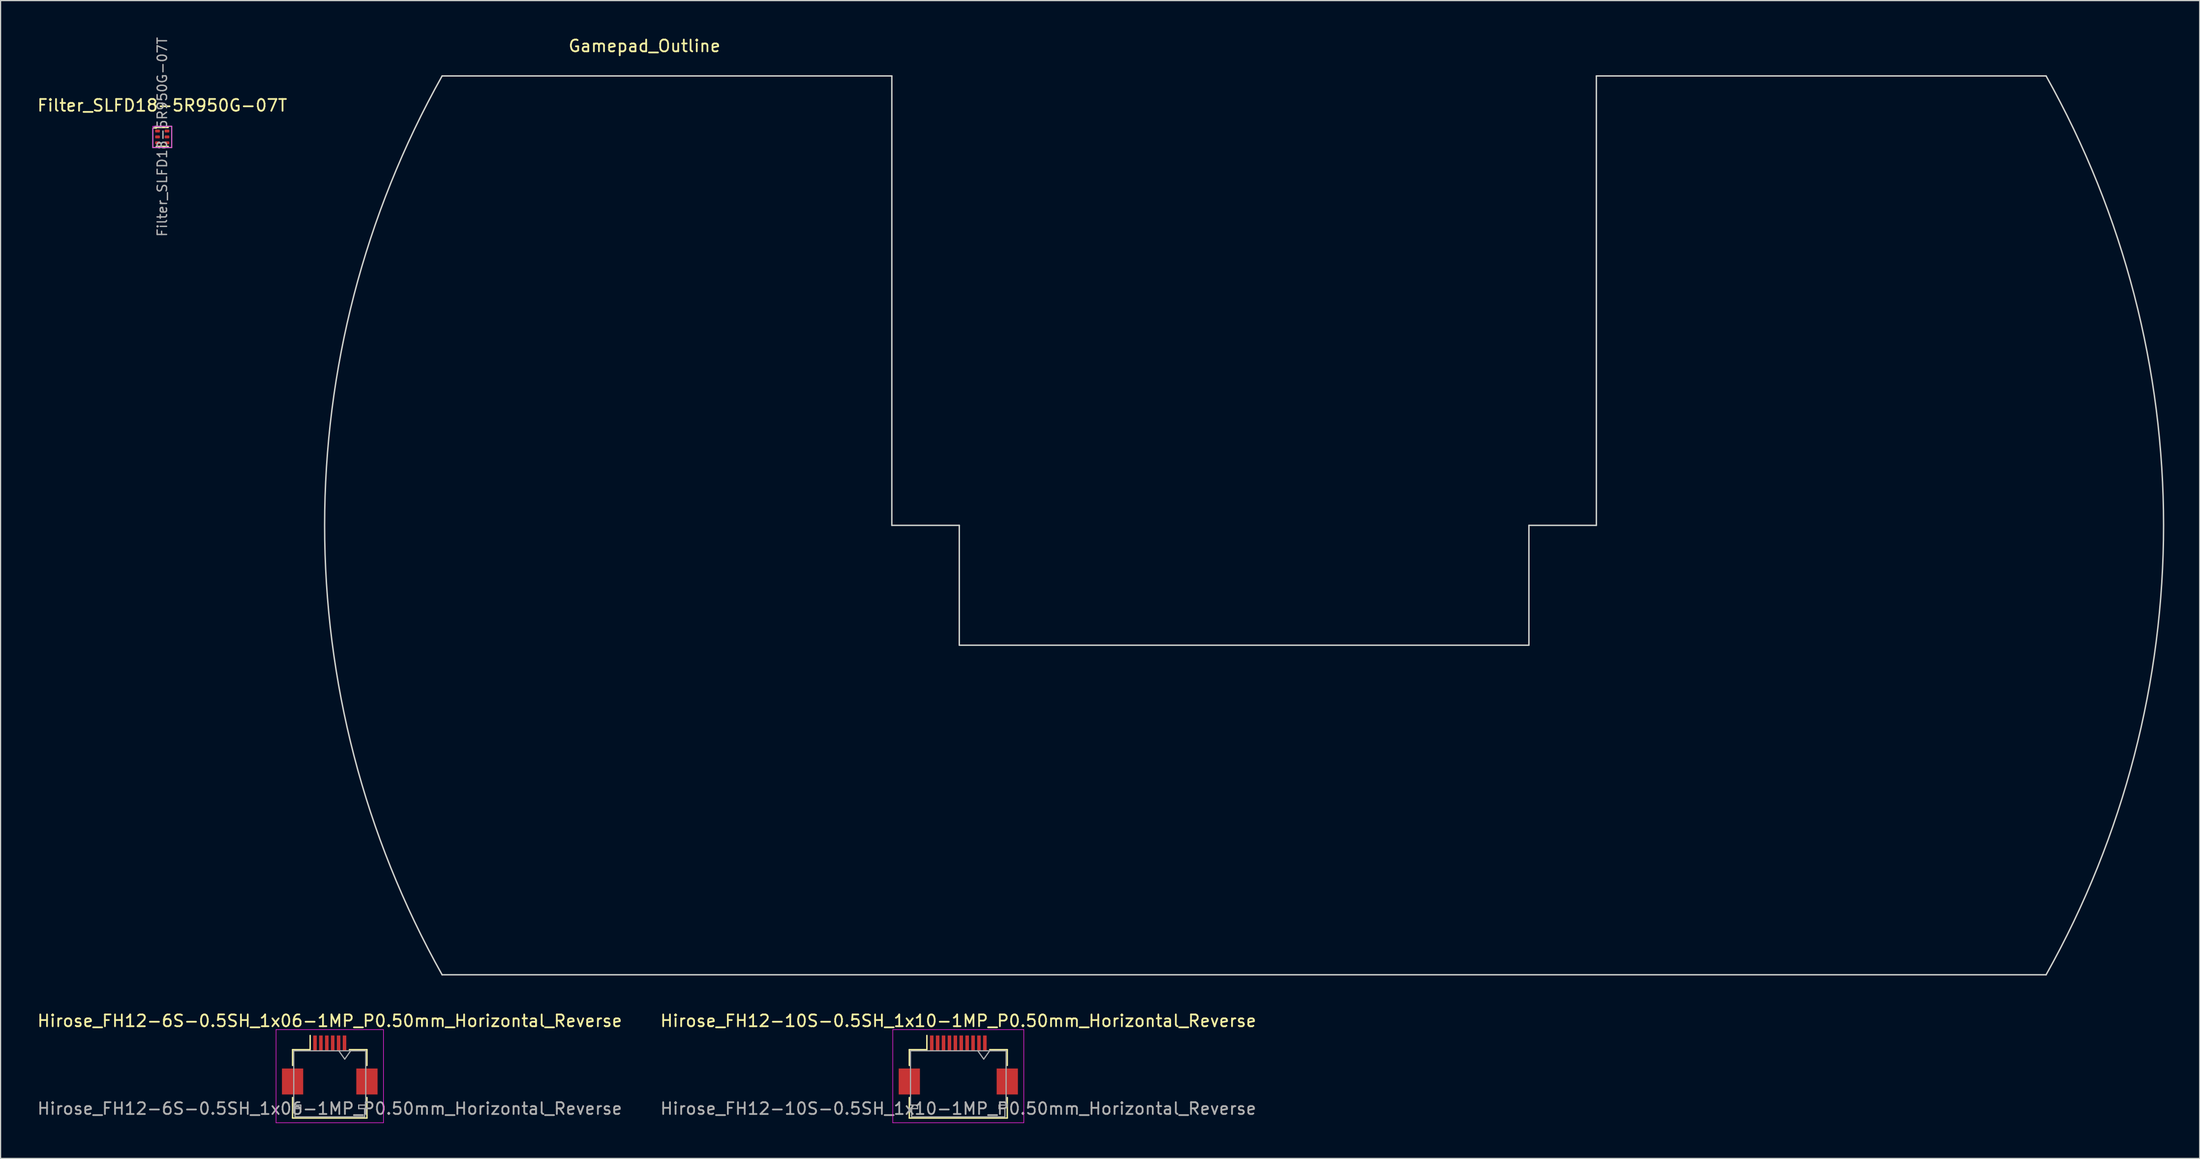
<source format=kicad_pcb>
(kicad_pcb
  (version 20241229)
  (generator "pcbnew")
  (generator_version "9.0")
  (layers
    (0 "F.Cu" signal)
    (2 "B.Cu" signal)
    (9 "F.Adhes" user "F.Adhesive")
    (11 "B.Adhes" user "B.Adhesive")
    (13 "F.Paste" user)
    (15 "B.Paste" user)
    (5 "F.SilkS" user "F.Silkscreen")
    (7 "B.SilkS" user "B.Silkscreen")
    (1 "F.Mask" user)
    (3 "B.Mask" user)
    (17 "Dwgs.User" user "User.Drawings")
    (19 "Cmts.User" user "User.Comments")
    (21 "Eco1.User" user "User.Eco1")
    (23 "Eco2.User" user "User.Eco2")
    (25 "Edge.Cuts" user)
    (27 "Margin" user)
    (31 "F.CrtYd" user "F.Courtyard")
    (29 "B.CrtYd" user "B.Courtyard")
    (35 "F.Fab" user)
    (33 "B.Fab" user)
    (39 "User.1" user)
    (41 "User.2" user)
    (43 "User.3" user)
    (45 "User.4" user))
  (footprint "Gamepad_Outline"
    (layer "F.Cu")
    (at 102.351 41.488)
    (property "Reference" "Gamepad_Outline" (at -50.8 -40.64 0) (unlocked yes) (layer "F.SilkS") (effects (font (size 1 1) (thickness 0.15))))
    (attr smd)
    (fp_line (start -67.946 38.098) (end 67.946 38.098) (stroke (width 0.12) (type default)) (layer "Edge.Cuts"))
    (fp_line (start -29.845 -38.1) (end -67.945 -38.1) (stroke (width 0.12) (type default)) (layer "Edge.Cuts"))
    (fp_line (start -29.845 -38.1) (end -29.845 0) (stroke (width 0.12) (type default)) (layer "Edge.Cuts"))
    (fp_line (start -29.845 0) (end -24.13 0) (stroke (width 0.12) (type default)) (layer "Edge.Cuts"))
    (fp_line (start -24.13 0) (end -24.13 10.16) (stroke (width 0.12) (type default)) (layer "Edge.Cuts"))
    (fp_line (start 24.13 0) (end 24.13 10.16) (stroke (width 0.12) (type default)) (layer "Edge.Cuts"))
    (fp_line (start 24.13 10.16) (end -24.13 10.16) (stroke (width 0.12) (type default)) (layer "Edge.Cuts"))
    (fp_line (start 29.845 -38.1) (end 67.945 -38.1) (stroke (width 0.12) (type default)) (layer "Edge.Cuts"))
    (fp_line (start 29.845 0) (end 24.13 0) (stroke (width 0.12) (type default)) (layer "Edge.Cuts"))
    (fp_line (start 29.845 0) (end 29.845 -38.1) (stroke (width 0.12) (type default)) (layer "Edge.Cuts"))
    (fp_arc (start -67.946196 38.097867) (mid -77.898222 -0.001223) (end -67.945 -38.1) (stroke (width 0.12) (type default)) (layer "Edge.Cuts"))
    (fp_arc (start 67.945 -38.1) (mid 77.898222 -0.001223) (end 67.946196 38.097867) (stroke (width 0.12) (type default)) (layer "Edge.Cuts")))
  (footprint "Hirose_FH12-10S-0.5SH_1x10-1MP_P0.50mm_Horizontal_Reverse"
    (layer "F.Cu")
    (at 78.137 87.304)
    (property "Reference" "Hirose_FH12-10S-0.5SH_1x10-1MP_P0.50mm_Horizontal_Reverse" (at 0 -3.81 0) (unlocked yes) (layer "F.SilkS") (effects (font (size 1 1) (thickness 0.15))))
    (attr smd)
    (fp_line (start -4.15 -1.37) (end -4.15 -0.03) (stroke (width 0.12) (type solid)) (layer "F.SilkS"))
    (fp_line (start -4.15 2.69) (end -4.15 4.43) (stroke (width 0.12) (type solid)) (layer "F.SilkS"))
    (fp_line (start -4.15 4.43) (end 4.15 4.43) (stroke (width 0.12) (type solid)) (layer "F.SilkS"))
    (fp_line (start -2.66 -1.37) (end -4.15 -1.37) (stroke (width 0.12) (type solid)) (layer "F.SilkS"))
    (fp_line (start -2.66 -1.37) (end -2.66 -2.57) (stroke (width 0.12) (type solid)) (layer "F.SilkS"))
    (fp_line (start 2.66 -1.37) (end 4.15 -1.37) (stroke (width 0.12) (type solid)) (layer "F.SilkS"))
    (fp_line (start 4.15 -1.37) (end 4.15 -0.03) (stroke (width 0.12) (type solid)) (layer "F.SilkS"))
    (fp_line (start 4.15 4.43) (end 4.15 2.69) (stroke (width 0.12) (type solid)) (layer "F.SilkS"))
    (fp_line (start -5.55 -3.07) (end -5.55 4.83) (stroke (width 0.05) (type solid)) (layer "F.CrtYd"))
    (fp_line (start -5.55 4.83) (end 5.55 4.83) (stroke (width 0.05) (type solid)) (layer "F.CrtYd"))
    (fp_line (start 5.55 -3.07) (end -5.55 -3.07) (stroke (width 0.05) (type solid)) (layer "F.CrtYd"))
    (fp_line (start 5.55 4.83) (end 5.55 -3.07) (stroke (width 0.05) (type solid)) (layer "F.CrtYd"))
    (fp_line (start -4.05 -1.27) (end -4.05 3.33) (stroke (width 0.1) (type solid)) (layer "F.Fab"))
    (fp_line (start -4.05 3.33) (end -3.45 3.33) (stroke (width 0.1) (type solid)) (layer "F.Fab"))
    (fp_line (start -3.95 3.63) (end -3.95 4.33) (stroke (width 0.1) (type solid)) (layer "F.Fab"))
    (fp_line (start -3.95 4.33) (end 0 4.33) (stroke (width 0.1) (type solid)) (layer "F.Fab"))
    (fp_line (start -3.45 3.33) (end -3.45 3.63) (stroke (width 0.1) (type solid)) (layer "F.Fab"))
    (fp_line (start -3.45 3.63) (end -3.95 3.63) (stroke (width 0.1) (type solid)) (layer "F.Fab"))
    (fp_line (start 0 -1.27) (end -4.05 -1.27) (stroke (width 0.1) (type solid)) (layer "F.Fab"))
    (fp_line (start 0 -1.27) (end 4.05 -1.27) (stroke (width 0.1) (type solid)) (layer "F.Fab"))
    (fp_line (start 1.655 -1.27) (end 2.155 -0.563) (stroke (width 0.1) (type solid)) (layer "F.Fab"))
    (fp_line (start 2.155 -0.563) (end 2.655 -1.27) (stroke (width 0.1) (type solid)) (layer "F.Fab"))
    (fp_line (start 3.45 3.33) (end 3.45 3.63) (stroke (width 0.1) (type solid)) (layer "F.Fab"))
    (fp_line (start 3.45 3.63) (end 3.95 3.63) (stroke (width 0.1) (type solid)) (layer "F.Fab"))
    (fp_line (start 3.95 3.63) (end 3.95 4.33) (stroke (width 0.1) (type solid)) (layer "F.Fab"))
    (fp_line (start 3.95 4.33) (end 0 4.33) (stroke (width 0.1) (type solid)) (layer "F.Fab"))
    (fp_line (start 4.05 -1.27) (end 4.05 3.33) (stroke (width 0.1) (type solid)) (layer "F.Fab"))
    (fp_line (start 4.05 3.33) (end 3.45 3.33) (stroke (width 0.1) (type solid)) (layer "F.Fab"))
    (fp_text user "${REFERENCE}" (at 0 3.63 0) (layer "F.Fab") (effects (font (size 1 1) (thickness 0.15))))
    (pad "1" smd rect (at 2.25 -1.92) (size 0.3 1.3) (layers "F.Cu" "F.Mask" "F.Paste"))
    (pad "2" smd rect (at 1.75 -1.92) (size 0.3 1.3) (layers "F.Cu" "F.Mask" "F.Paste"))
    (pad "3" smd rect (at 1.25 -1.92) (size 0.3 1.3) (layers "F.Cu" "F.Mask" "F.Paste"))
    (pad "4" smd rect (at 0.75 -1.92) (size 0.3 1.3) (layers "F.Cu" "F.Mask" "F.Paste"))
    (pad "5" smd rect (at 0.25 -1.92) (size 0.3 1.3) (layers "F.Cu" "F.Mask" "F.Paste"))
    (pad "6" smd rect (at -0.25 -1.92) (size 0.3 1.3) (layers "F.Cu" "F.Mask" "F.Paste"))
    (pad "7" smd rect (at -0.75 -1.92) (size 0.3 1.3) (layers "F.Cu" "F.Mask" "F.Paste"))
    (pad "8" smd rect (at -1.25 -1.92) (size 0.3 1.3) (layers "F.Cu" "F.Mask" "F.Paste"))
    (pad "9" smd rect (at -1.75 -1.92) (size 0.3 1.3) (layers "F.Cu" "F.Mask" "F.Paste"))
    (pad "10" smd rect (at -2.25 -1.92) (size 0.3 1.3) (layers "F.Cu" "F.Mask" "F.Paste"))
    (pad "MP" smd rect (at -4.15 1.33) (size 1.8 2.2) (layers "F.Cu" "F.Mask" "F.Paste"))
    (pad "MP" smd rect (at 4.15 1.33) (size 1.8 2.2) (layers "F.Cu" "F.Mask" "F.Paste")))
  (footprint "Filter_SLFD18-5R950G-07T"
    (layer "F.Cu")
    (at 10.696 8.557)
    (property "Reference" "Filter_SLFD18-5R950G-07T" (at 0 -2.67 0) (layer "F.SilkS") (effects (font (size 1 1) (thickness 0.15))))
    (attr smd)
    (fp_line (start -0.508 -0.8) (end -0.508 -0.762) (stroke (width 0.12) (type default)) (layer "F.SilkS"))
    (fp_line (start -0.508 -0.8) (end 0.508 -0.8) (stroke (width 0.12) (type default)) (layer "F.SilkS"))
    (fp_line (start -0.508 -0.762) (end -0.762 -0.762) (stroke (width 0.12) (type default)) (layer "F.SilkS"))
    (fp_line (start -0.508 0.8) (end 0.508 0.8) (stroke (width 0.12) (type default)) (layer "F.SilkS"))
    (fp_line (start -0.8 -0.9) (end 0.8 -0.9) (stroke (width 0.05) (type solid)) (layer "F.CrtYd"))
    (fp_line (start -0.8 0.9) (end -0.8 -0.9) (stroke (width 0.05) (type solid)) (layer "F.CrtYd"))
    (fp_line (start 0.8 -0.9) (end 0.8 0.9) (stroke (width 0.05) (type solid)) (layer "F.CrtYd"))
    (fp_line (start 0.8 0.9) (end -0.8 0.9) (stroke (width 0.05) (type solid)) (layer "F.CrtYd"))
    (fp_line (start -0.8 -0.7) (end -0.8 0.9) (stroke (width 0.1) (type solid)) (layer "F.Fab"))
    (fp_line (start -0.8 0.9) (end 0.8 0.9) (stroke (width 0.1) (type solid)) (layer "F.Fab"))
    (fp_line (start -0.6 -0.9) (end -0.8 -0.7) (stroke (width 0.1) (type solid)) (layer "F.Fab"))
    (fp_line (start 0.8 -0.9) (end -0.6 -0.9) (stroke (width 0.1) (type solid)) (layer "F.Fab"))
    (fp_line (start 0.8 0.9) (end 0.8 -0.9) (stroke (width 0.1) (type solid)) (layer "F.Fab"))
    (fp_text user "${REFERENCE}" (at 0 0 270) (layer "F.Fab") (effects (font (size 0.8 0.8) (thickness 0.12))))
    (pad "1" smd roundrect (at -0.4 -0.5) (size 0.4 0.25) (layers "F.Cu" "F.Mask" "F.Paste") (roundrect_rratio 0.25))
    (pad "2" smd roundrect (at -0.4 0) (size 0.4 0.25) (layers "F.Cu" "F.Mask" "F.Paste") (roundrect_rratio 0.25))
    (pad "3" smd roundrect (at -0.4 0.5) (size 0.4 0.25) (layers "F.Cu" "F.Mask" "F.Paste") (roundrect_rratio 0.25))
    (pad "4" smd roundrect (at 0.4 0.5) (size 0.4 0.25) (layers "F.Cu" "F.Mask" "F.Paste") (roundrect_rratio 0.25))
    (pad "5" smd roundrect (at 0.4 0) (size 0.4 0.25) (layers "F.Cu" "F.Mask" "F.Paste") (roundrect_rratio 0.25))
    (pad "6" smd roundrect (at 0.4 -0.5) (size 0.4 0.25) (layers "F.Cu" "F.Mask" "F.Paste") (roundrect_rratio 0.25)))
  (footprint "Hirose_FH12-6S-0.5SH_1x06-1MP_P0.50mm_Horizontal_Reverse"
    (layer "F.Cu")
    (at 24.887 87.304)
    (property "Reference" "Hirose_FH12-6S-0.5SH_1x06-1MP_P0.50mm_Horizontal_Reverse" (at 0 -3.81 0) (unlocked yes) (layer "F.SilkS") (effects (font (size 1 1) (thickness 0.15))))
    (attr smd)
    (fp_line (start -3.15 -1.37) (end -3.15 -0.03) (stroke (width 0.12) (type solid)) (layer "F.SilkS"))
    (fp_line (start -3.15 2.69) (end -3.15 4.43) (stroke (width 0.12) (type solid)) (layer "F.SilkS"))
    (fp_line (start -3.15 4.43) (end 3.15 4.43) (stroke (width 0.12) (type solid)) (layer "F.SilkS"))
    (fp_line (start -1.66 -1.37) (end -3.15 -1.37) (stroke (width 0.12) (type solid)) (layer "F.SilkS"))
    (fp_line (start -1.66 -1.37) (end -1.66 -2.57) (stroke (width 0.12) (type solid)) (layer "F.SilkS"))
    (fp_line (start 1.66 -1.37) (end 3.15 -1.37) (stroke (width 0.12) (type solid)) (layer "F.SilkS"))
    (fp_line (start 3.15 -1.37) (end 3.15 -0.03) (stroke (width 0.12) (type solid)) (layer "F.SilkS"))
    (fp_line (start 3.15 4.43) (end 3.15 2.69) (stroke (width 0.12) (type solid)) (layer "F.SilkS"))
    (fp_line (start -4.55 -3.07) (end -4.55 4.83) (stroke (width 0.05) (type solid)) (layer "F.CrtYd"))
    (fp_line (start -4.55 4.83) (end 4.55 4.83) (stroke (width 0.05) (type solid)) (layer "F.CrtYd"))
    (fp_line (start 4.55 -3.07) (end -4.55 -3.07) (stroke (width 0.05) (type solid)) (layer "F.CrtYd"))
    (fp_line (start 4.55 4.83) (end 4.55 -3.07) (stroke (width 0.05) (type solid)) (layer "F.CrtYd"))
    (fp_line (start -3.05 -1.27) (end -3.05 3.33) (stroke (width 0.1) (type solid)) (layer "F.Fab"))
    (fp_line (start -3.05 3.33) (end -2.45 3.33) (stroke (width 0.1) (type solid)) (layer "F.Fab"))
    (fp_line (start -2.95 3.63) (end -2.95 4.33) (stroke (width 0.1) (type solid)) (layer "F.Fab"))
    (fp_line (start -2.95 4.33) (end 0 4.33) (stroke (width 0.1) (type solid)) (layer "F.Fab"))
    (fp_line (start -2.45 3.33) (end -2.45 3.63) (stroke (width 0.1) (type solid)) (layer "F.Fab"))
    (fp_line (start -2.45 3.63) (end -2.95 3.63) (stroke (width 0.1) (type solid)) (layer "F.Fab"))
    (fp_line (start 0 -1.27) (end -3.05 -1.27) (stroke (width 0.1) (type solid)) (layer "F.Fab"))
    (fp_line (start 0 -1.27) (end 3.05 -1.27) (stroke (width 0.1) (type solid)) (layer "F.Fab"))
    (fp_line (start 0.77 -1.27) (end 1.27 -0.563) (stroke (width 0.1) (type solid)) (layer "F.Fab"))
    (fp_line (start 1.27 -0.563) (end 1.77 -1.27) (stroke (width 0.1) (type solid)) (layer "F.Fab"))
    (fp_line (start 2.45 3.33) (end 2.45 3.63) (stroke (width 0.1) (type solid)) (layer "F.Fab"))
    (fp_line (start 2.45 3.63) (end 2.95 3.63) (stroke (width 0.1) (type solid)) (layer "F.Fab"))
    (fp_line (start 2.95 3.63) (end 2.95 4.33) (stroke (width 0.1) (type solid)) (layer "F.Fab"))
    (fp_line (start 2.95 4.33) (end 0 4.33) (stroke (width 0.1) (type solid)) (layer "F.Fab"))
    (fp_line (start 3.05 -1.27) (end 3.05 3.33) (stroke (width 0.1) (type solid)) (layer "F.Fab"))
    (fp_line (start 3.05 3.33) (end 2.45 3.33) (stroke (width 0.1) (type solid)) (layer "F.Fab"))
    (fp_text user "${REFERENCE}" (at 0 3.63 0) (layer "F.Fab") (effects (font (size 1 1) (thickness 0.15))))
    (pad "1" smd rect (at 1.25 -1.92) (size 0.3 1.3) (layers "F.Cu" "F.Mask" "F.Paste"))
    (pad "2" smd rect (at 0.75 -1.92) (size 0.3 1.3) (layers "F.Cu" "F.Mask" "F.Paste"))
    (pad "3" smd rect (at 0.25 -1.92) (size 0.3 1.3) (layers "F.Cu" "F.Mask" "F.Paste"))
    (pad "4" smd rect (at -0.25 -1.92) (size 0.3 1.3) (layers "F.Cu" "F.Mask" "F.Paste"))
    (pad "5" smd rect (at -0.75 -1.92) (size 0.3 1.3) (layers "F.Cu" "F.Mask" "F.Paste"))
    (pad "6" smd rect (at -1.25 -1.92) (size 0.3 1.3) (layers "F.Cu" "F.Mask" "F.Paste"))
    (pad "MP" smd rect (at -3.15 1.33) (size 1.8 2.2) (layers "F.Cu" "F.Mask" "F.Paste"))
    (pad "MP" smd rect (at 3.15 1.33) (size 1.8 2.2) (layers "F.Cu" "F.Mask" "F.Paste")))
  (gr_rect
    (start -3 -3)
    (end 183.309 95.159)
    (stroke (width 0.1) (type default))
    (fill no)
    (layer "Edge.Cuts")))
</source>
